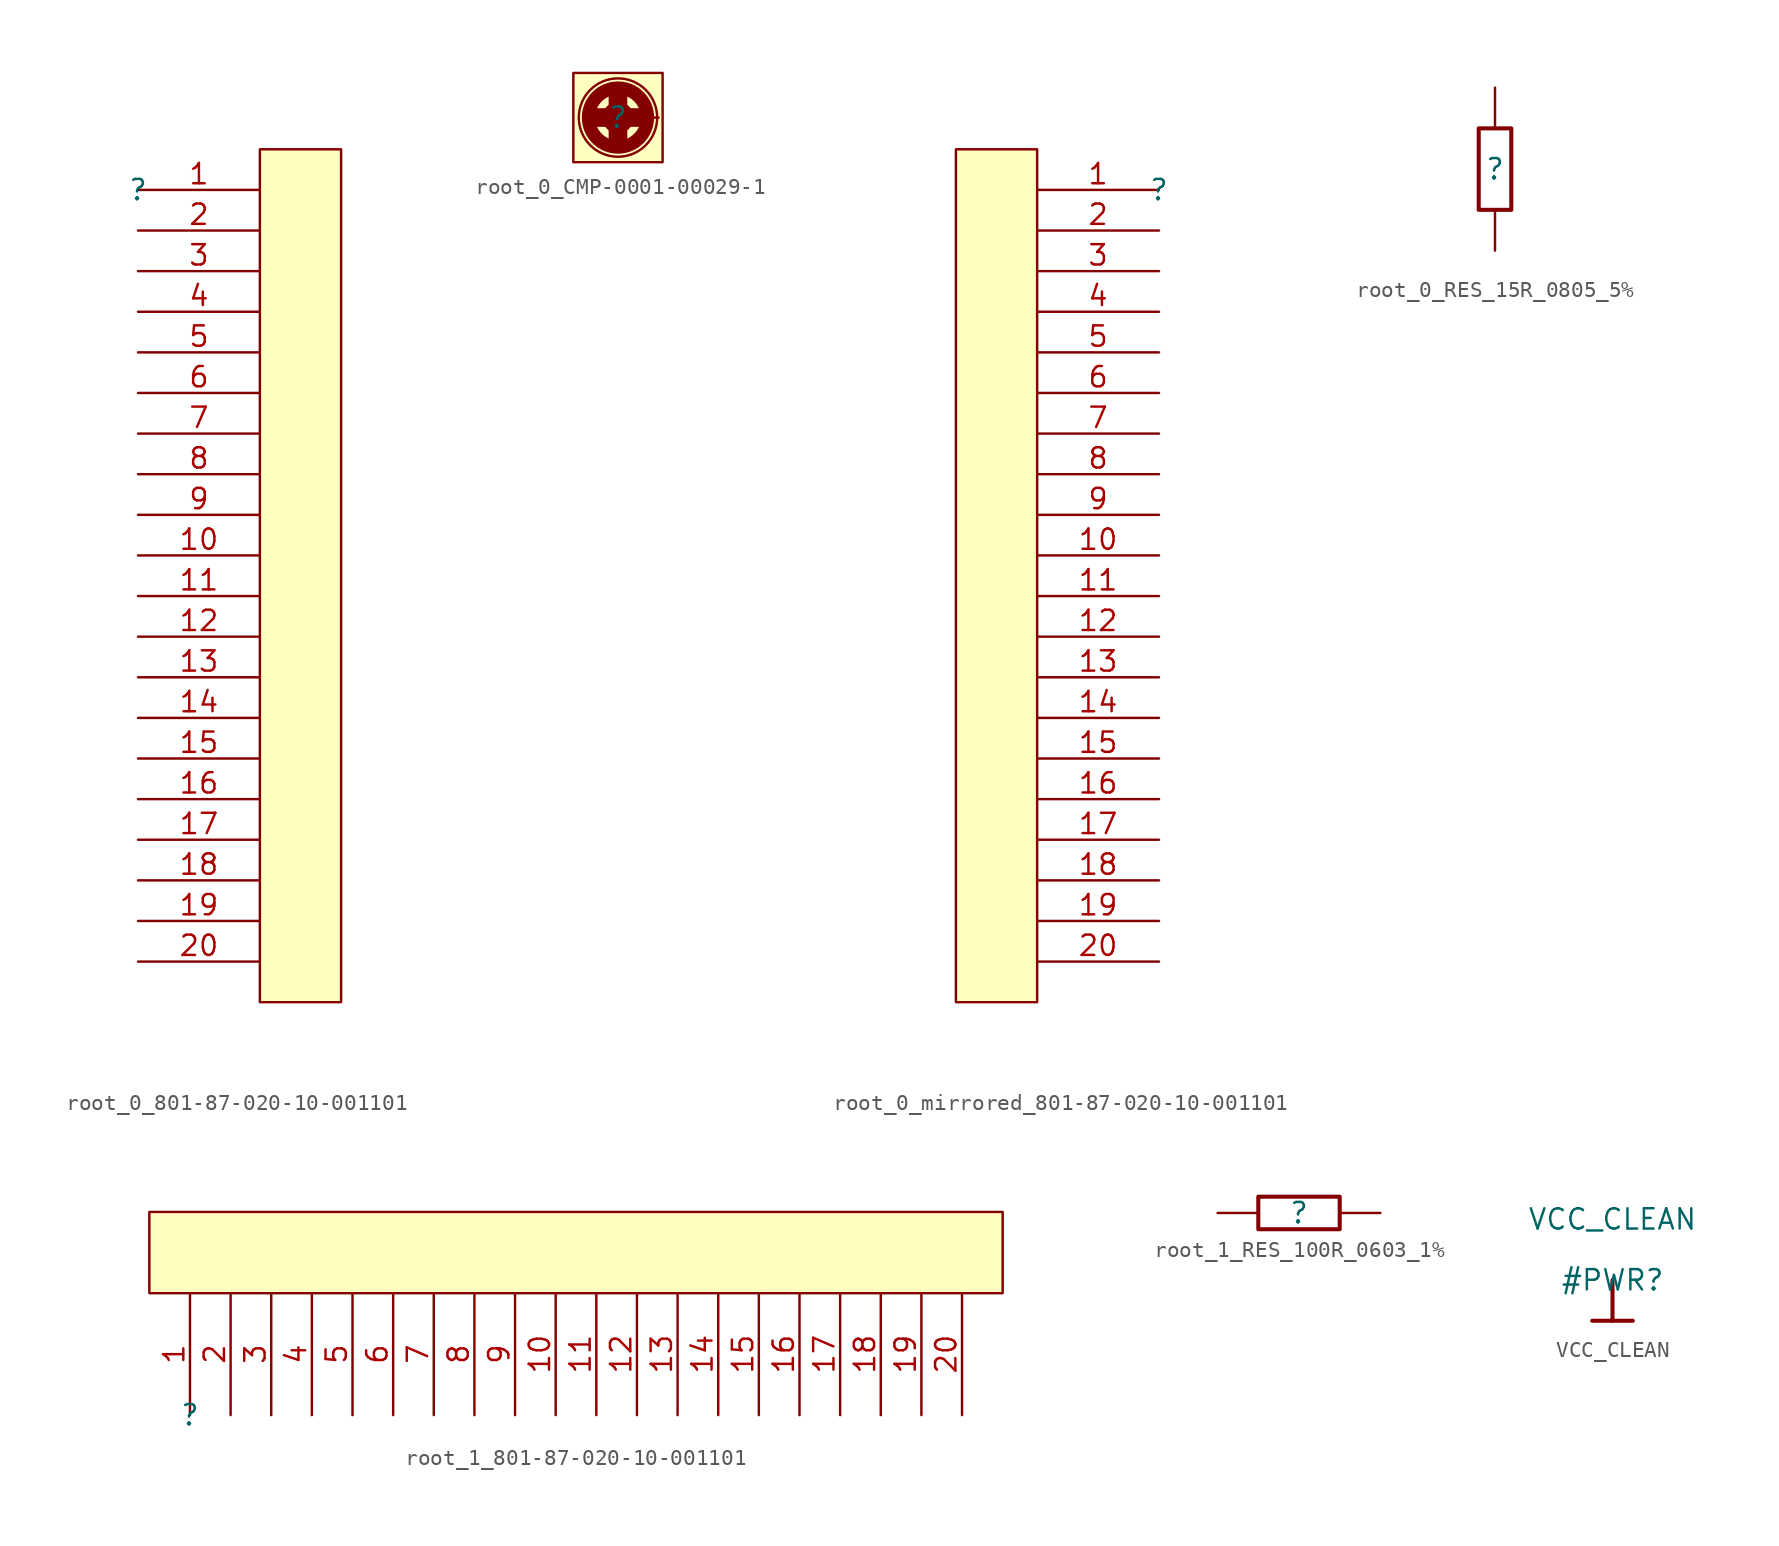
<source format=kicad_sym>
(kicad_symbol_lib
  (version 20220914)
  (generator kicad_symbol_editor)
  (symbol "root_0_801-87-020-10-001101"
    (property "Reference" ""
      (at 0 0 0)
      (effects (font (size 1.27 1.27))))
    (property "Value" ""
      (at 0 0 0)
      (effects (font (size 1.27 1.27))))
    (symbol "root_0_801-87-020-10-001101_1_0"
      (rectangle (start 12.7 2.54) (end 7.62 -50.8) (stroke (width 0) (type solid)) (fill (type background)))
      (pin passive line (at 0 0 0) (length 7.62) (name "" (effects (font (size 1.27 1.27)))) (number "1" (effects (font (size 1.27 1.27)))))
      (pin passive line (at 0 -22.86 0) (length 7.62) (name "" (effects (font (size 1.27 1.27)))) (number "10" (effects (font (size 1.27 1.27)))))
      (pin passive line (at 0 -25.4 0) (length 7.62) (name "" (effects (font (size 1.27 1.27)))) (number "11" (effects (font (size 1.27 1.27)))))
      (pin passive line (at 0 -27.94 0) (length 7.62) (name "" (effects (font (size 1.27 1.27)))) (number "12" (effects (font (size 1.27 1.27)))))
      (pin passive line (at 0 -30.48 0) (length 7.62) (name "" (effects (font (size 1.27 1.27)))) (number "13" (effects (font (size 1.27 1.27)))))
      (pin passive line (at 0 -33.02 0) (length 7.62) (name "" (effects (font (size 1.27 1.27)))) (number "14" (effects (font (size 1.27 1.27)))))
      (pin passive line (at 0 -35.56 0) (length 7.62) (name "" (effects (font (size 1.27 1.27)))) (number "15" (effects (font (size 1.27 1.27)))))
      (pin passive line (at 0 -38.1 0) (length 7.62) (name "" (effects (font (size 1.27 1.27)))) (number "16" (effects (font (size 1.27 1.27)))))
      (pin passive line (at 0 -40.64 0) (length 7.62) (name "" (effects (font (size 1.27 1.27)))) (number "17" (effects (font (size 1.27 1.27)))))
      (pin passive line (at 0 -43.18 0) (length 7.62) (name "" (effects (font (size 1.27 1.27)))) (number "18" (effects (font (size 1.27 1.27)))))
      (pin passive line (at 0 -45.72 0) (length 7.62) (name "" (effects (font (size 1.27 1.27)))) (number "19" (effects (font (size 1.27 1.27)))))
      (pin passive line (at 0 -2.54 0) (length 7.62) (name "" (effects (font (size 1.27 1.27)))) (number "2" (effects (font (size 1.27 1.27)))))
      (pin passive line (at 0 -48.26 0) (length 7.62) (name "" (effects (font (size 1.27 1.27)))) (number "20" (effects (font (size 1.27 1.27)))))
      (pin passive line (at 0 -5.08 0) (length 7.62) (name "" (effects (font (size 1.27 1.27)))) (number "3" (effects (font (size 1.27 1.27)))))
      (pin passive line (at 0 -7.62 0) (length 7.62) (name "" (effects (font (size 1.27 1.27)))) (number "4" (effects (font (size 1.27 1.27)))))
      (pin passive line (at 0 -10.16 0) (length 7.62) (name "" (effects (font (size 1.27 1.27)))) (number "5" (effects (font (size 1.27 1.27)))))
      (pin passive line (at 0 -12.7 0) (length 7.62) (name "" (effects (font (size 1.27 1.27)))) (number "6" (effects (font (size 1.27 1.27)))))
      (pin passive line (at 0 -15.24 0) (length 7.62) (name "" (effects (font (size 1.27 1.27)))) (number "7" (effects (font (size 1.27 1.27)))))
      (pin passive line (at 0 -17.78 0) (length 7.62) (name "" (effects (font (size 1.27 1.27)))) (number "8" (effects (font (size 1.27 1.27)))))
      (pin passive line (at 0 -20.32 0) (length 7.62) (name "" (effects (font (size 1.27 1.27)))) (number "9" (effects (font (size 1.27 1.27)))))))
  (symbol "root_0_CMP-0001-00029-1"
    (property "Reference" ""
      (at 0 0 0)
      (effects (font (size 1.27 1.27))))
    (property "Value" ""
      (at 0 0 0)
      (effects (font (size 1.27 1.27))))
    (symbol "root_0_CMP-0001-00029-1_1_0"
      (circle (center 0 0) (radius 0.605) (stroke (width 0.762) (type solid)) (fill (type none)))
      (circle (center 0 0) (radius 1.814) (stroke (width 0.762) (type solid)) (fill (type none)))
      (circle (center 0 0) (radius 2.009) (stroke (width 0.508) (type solid)) (fill (type none)))
      (circle (center 0 0) (radius 2.452) (stroke (width 0) (type solid)) (fill (type none)))
      (rectangle (start 0.508 1.778) (end -0.508 -1.778) (stroke (width 0) (type solid)) (fill (type outline)))
      (rectangle (start 1.778 0.508) (end -1.778 -0.508) (stroke (width 0) (type solid)) (fill (type outline)))
      (rectangle (start 2.794 2.794) (end -2.794 -2.794) (stroke (width 0) (type solid)) (fill (type background)))
      (pin passive line (at 0 0 0) (length 2.54) (name "1" (effects (font (size 0 0)))) (number "1" (effects (font (size 0 0)))))))
  (symbol "root_0_mirrored_801-87-020-10-001101"
    (property "Reference" ""
      (at 0 0 0)
      (effects (font (size 1.27 1.27))))
    (property "Value" ""
      (at 0 0 0)
      (effects (font (size 1.27 1.27))))
    (symbol "root_0_mirrored_801-87-020-10-001101_1_0"
      (rectangle (start -7.62 2.54) (end -12.7 -50.8) (stroke (width 0) (type solid)) (fill (type background)))
      (pin passive line (at 0 0 180) (length 7.62) (name "" (effects (font (size 1.27 1.27)))) (number "1" (effects (font (size 1.27 1.27)))))
      (pin passive line (at 0 -22.86 180) (length 7.62) (name "" (effects (font (size 1.27 1.27)))) (number "10" (effects (font (size 1.27 1.27)))))
      (pin passive line (at 0 -25.4 180) (length 7.62) (name "" (effects (font (size 1.27 1.27)))) (number "11" (effects (font (size 1.27 1.27)))))
      (pin passive line (at 0 -27.94 180) (length 7.62) (name "" (effects (font (size 1.27 1.27)))) (number "12" (effects (font (size 1.27 1.27)))))
      (pin passive line (at 0 -30.48 180) (length 7.62) (name "" (effects (font (size 1.27 1.27)))) (number "13" (effects (font (size 1.27 1.27)))))
      (pin passive line (at 0 -33.02 180) (length 7.62) (name "" (effects (font (size 1.27 1.27)))) (number "14" (effects (font (size 1.27 1.27)))))
      (pin passive line (at 0 -35.56 180) (length 7.62) (name "" (effects (font (size 1.27 1.27)))) (number "15" (effects (font (size 1.27 1.27)))))
      (pin passive line (at 0 -38.1 180) (length 7.62) (name "" (effects (font (size 1.27 1.27)))) (number "16" (effects (font (size 1.27 1.27)))))
      (pin passive line (at 0 -40.64 180) (length 7.62) (name "" (effects (font (size 1.27 1.27)))) (number "17" (effects (font (size 1.27 1.27)))))
      (pin passive line (at 0 -43.18 180) (length 7.62) (name "" (effects (font (size 1.27 1.27)))) (number "18" (effects (font (size 1.27 1.27)))))
      (pin passive line (at 0 -45.72 180) (length 7.62) (name "" (effects (font (size 1.27 1.27)))) (number "19" (effects (font (size 1.27 1.27)))))
      (pin passive line (at 0 -2.54 180) (length 7.62) (name "" (effects (font (size 1.27 1.27)))) (number "2" (effects (font (size 1.27 1.27)))))
      (pin passive line (at 0 -48.26 180) (length 7.62) (name "" (effects (font (size 1.27 1.27)))) (number "20" (effects (font (size 1.27 1.27)))))
      (pin passive line (at 0 -5.08 180) (length 7.62) (name "" (effects (font (size 1.27 1.27)))) (number "3" (effects (font (size 1.27 1.27)))))
      (pin passive line (at 0 -7.62 180) (length 7.62) (name "" (effects (font (size 1.27 1.27)))) (number "4" (effects (font (size 1.27 1.27)))))
      (pin passive line (at 0 -10.16 180) (length 7.62) (name "" (effects (font (size 1.27 1.27)))) (number "5" (effects (font (size 1.27 1.27)))))
      (pin passive line (at 0 -12.7 180) (length 7.62) (name "" (effects (font (size 1.27 1.27)))) (number "6" (effects (font (size 1.27 1.27)))))
      (pin passive line (at 0 -15.24 180) (length 7.62) (name "" (effects (font (size 1.27 1.27)))) (number "7" (effects (font (size 1.27 1.27)))))
      (pin passive line (at 0 -17.78 180) (length 7.62) (name "" (effects (font (size 1.27 1.27)))) (number "8" (effects (font (size 1.27 1.27)))))
      (pin passive line (at 0 -20.32 180) (length 7.62) (name "" (effects (font (size 1.27 1.27)))) (number "9" (effects (font (size 1.27 1.27)))))))
  (symbol "root_0_RES_15R_0805_5%"
    (property "Reference" ""
      (at 0 0 0)
      (effects (font (size 1.27 1.27))))
    (property "Value" ""
      (at 0 0 0)
      (effects (font (size 1.27 1.27))))
    (symbol "root_0_RES_15R_0805_5%_1_0"
      (rectangle (start 1.016 2.54) (end -1.016 -2.54) (stroke (width 0.254) (type solid)) (fill (type none)))
      (pin passive line (at 0 5.08 270) (length 2.54) (name "1" (effects (font (size 0 0)))) (number "1" (effects (font (size 0 0)))))
      (pin passive line (at 0 -5.08 90) (length 2.54) (name "2" (effects (font (size 0 0)))) (number "2" (effects (font (size 0 0)))))))
  (symbol "root_1_801-87-020-10-001101"
    (property "Reference" ""
      (at 0 0 0)
      (effects (font (size 1.27 1.27))))
    (property "Value" ""
      (at 0 0 0)
      (effects (font (size 1.27 1.27))))
    (symbol "root_1_801-87-020-10-001101_1_0"
      (rectangle (start 50.8 12.7) (end -2.54 7.62) (stroke (width 0) (type solid)) (fill (type background)))
      (pin passive line (at 0 0 90) (length 7.62) (name "" (effects (font (size 1.27 1.27)))) (number "1" (effects (font (size 1.27 1.27)))))
      (pin passive line (at 22.86 0 90) (length 7.62) (name "" (effects (font (size 1.27 1.27)))) (number "10" (effects (font (size 1.27 1.27)))))
      (pin passive line (at 25.4 0 90) (length 7.62) (name "" (effects (font (size 1.27 1.27)))) (number "11" (effects (font (size 1.27 1.27)))))
      (pin passive line (at 27.94 0 90) (length 7.62) (name "" (effects (font (size 1.27 1.27)))) (number "12" (effects (font (size 1.27 1.27)))))
      (pin passive line (at 30.48 0 90) (length 7.62) (name "" (effects (font (size 1.27 1.27)))) (number "13" (effects (font (size 1.27 1.27)))))
      (pin passive line (at 33.02 0 90) (length 7.62) (name "" (effects (font (size 1.27 1.27)))) (number "14" (effects (font (size 1.27 1.27)))))
      (pin passive line (at 35.56 0 90) (length 7.62) (name "" (effects (font (size 1.27 1.27)))) (number "15" (effects (font (size 1.27 1.27)))))
      (pin passive line (at 38.1 0 90) (length 7.62) (name "" (effects (font (size 1.27 1.27)))) (number "16" (effects (font (size 1.27 1.27)))))
      (pin passive line (at 40.64 0 90) (length 7.62) (name "" (effects (font (size 1.27 1.27)))) (number "17" (effects (font (size 1.27 1.27)))))
      (pin passive line (at 43.18 0 90) (length 7.62) (name "" (effects (font (size 1.27 1.27)))) (number "18" (effects (font (size 1.27 1.27)))))
      (pin passive line (at 45.72 0 90) (length 7.62) (name "" (effects (font (size 1.27 1.27)))) (number "19" (effects (font (size 1.27 1.27)))))
      (pin passive line (at 2.54 0 90) (length 7.62) (name "" (effects (font (size 1.27 1.27)))) (number "2" (effects (font (size 1.27 1.27)))))
      (pin passive line (at 48.26 0 90) (length 7.62) (name "" (effects (font (size 1.27 1.27)))) (number "20" (effects (font (size 1.27 1.27)))))
      (pin passive line (at 5.08 0 90) (length 7.62) (name "" (effects (font (size 1.27 1.27)))) (number "3" (effects (font (size 1.27 1.27)))))
      (pin passive line (at 7.62 0 90) (length 7.62) (name "" (effects (font (size 1.27 1.27)))) (number "4" (effects (font (size 1.27 1.27)))))
      (pin passive line (at 10.16 0 90) (length 7.62) (name "" (effects (font (size 1.27 1.27)))) (number "5" (effects (font (size 1.27 1.27)))))
      (pin passive line (at 12.7 0 90) (length 7.62) (name "" (effects (font (size 1.27 1.27)))) (number "6" (effects (font (size 1.27 1.27)))))
      (pin passive line (at 15.24 0 90) (length 7.62) (name "" (effects (font (size 1.27 1.27)))) (number "7" (effects (font (size 1.27 1.27)))))
      (pin passive line (at 17.78 0 90) (length 7.62) (name "" (effects (font (size 1.27 1.27)))) (number "8" (effects (font (size 1.27 1.27)))))
      (pin passive line (at 20.32 0 90) (length 7.62) (name "" (effects (font (size 1.27 1.27)))) (number "9" (effects (font (size 1.27 1.27)))))))
  (symbol "root_1_RES_100R_0603_1%"
    (property "Reference" ""
      (at 0 0 0)
      (effects (font (size 1.27 1.27))))
    (property "Value" ""
      (at 0 0 0)
      (effects (font (size 1.27 1.27))))
    (symbol "root_1_RES_100R_0603_1%_1_0"
      (rectangle (start 2.54 1.016) (end -2.54 -1.016) (stroke (width 0.254) (type solid)) (fill (type none)))
      (pin passive line (at -5.08 0 0) (length 2.54) (name "1" (effects (font (size 0 0)))) (number "1" (effects (font (size 0 0)))))
      (pin passive line (at 5.08 0 180) (length 2.54) (name "2" (effects (font (size 0 0)))) (number "2" (effects (font (size 0 0)))))))
  (symbol "VCC_CLEAN"
    (power)
    (property "Reference" "#PWR"
      (at 0 0 0)
      (effects (font (size 1.27 1.27))))
    (property "Value" "VCC_CLEAN"
      (at 0 3.81 0)
      (effects (font (size 1.27 1.27))))
    (symbol "VCC_CLEAN_0_0"
      (polyline (pts (xy -1.27 -2.54) (xy 1.27 -2.54)) (stroke (width 0.254) (type solid)) (fill (type none)))
      (polyline (pts (xy 0 0) (xy 0 -2.54)) (stroke (width 0.254) (type solid)) (fill (type none)))
      (pin power_in line (at 0 0 0) (length 0) hide (name "VCC_CLEAN" (effects (font (size 1.27 1.27)))) (number "" (effects (font (size 1.27 1.27))))))))
</source>
